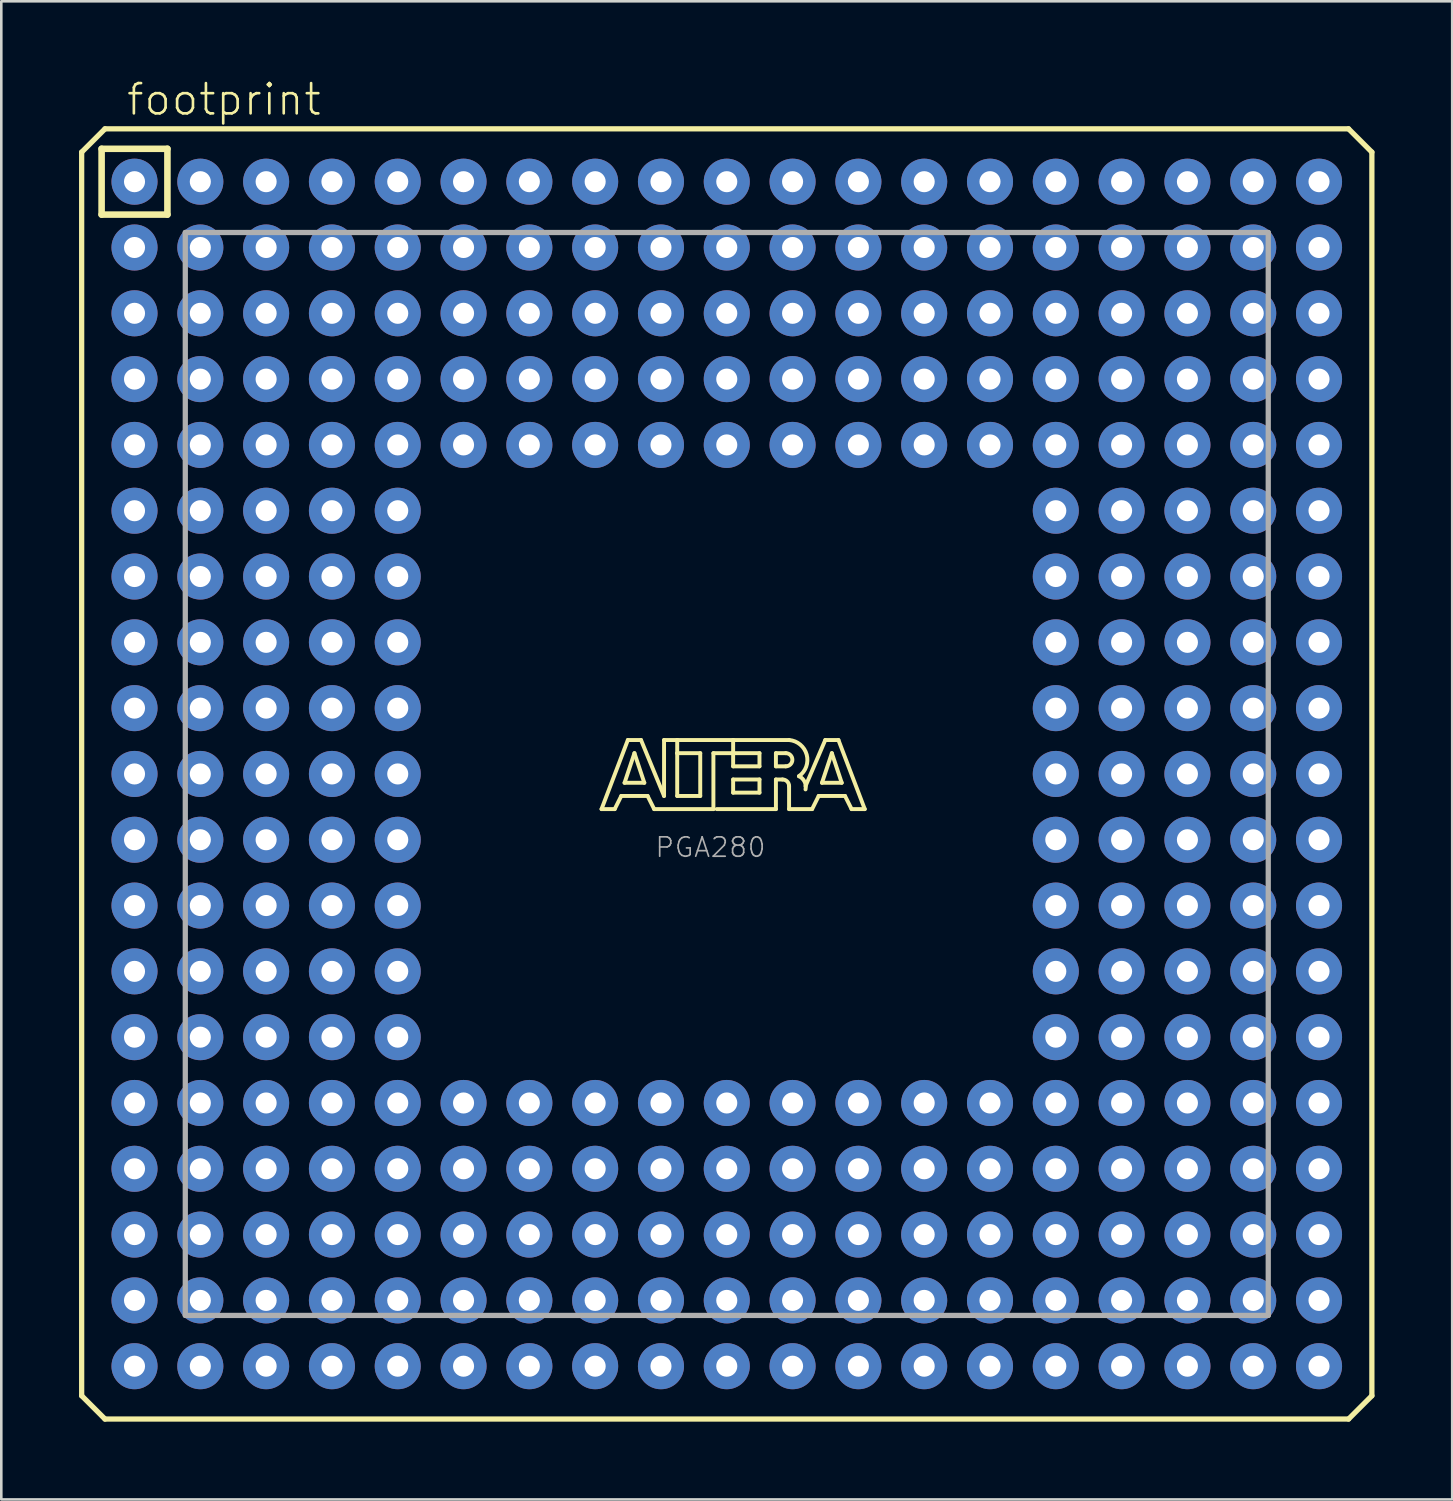
<source format=kicad_pcb>
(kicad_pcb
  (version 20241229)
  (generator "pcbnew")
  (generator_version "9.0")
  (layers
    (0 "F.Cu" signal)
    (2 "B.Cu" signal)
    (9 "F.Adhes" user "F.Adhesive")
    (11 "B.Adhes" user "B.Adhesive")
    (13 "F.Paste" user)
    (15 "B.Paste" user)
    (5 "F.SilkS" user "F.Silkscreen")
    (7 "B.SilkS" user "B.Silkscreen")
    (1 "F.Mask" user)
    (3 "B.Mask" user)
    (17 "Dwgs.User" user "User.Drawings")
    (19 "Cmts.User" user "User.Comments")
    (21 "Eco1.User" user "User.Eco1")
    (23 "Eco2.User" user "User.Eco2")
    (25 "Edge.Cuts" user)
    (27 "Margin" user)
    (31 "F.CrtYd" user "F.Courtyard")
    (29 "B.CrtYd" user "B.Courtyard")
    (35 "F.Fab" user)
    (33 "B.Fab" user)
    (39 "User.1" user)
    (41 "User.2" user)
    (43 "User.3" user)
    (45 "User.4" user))
  (footprint "footprint"
    (layer "F.Cu")
    (at 25.002 26.823)
    (property "Reference" "footprint" (at -23.23 -25.35 0) (layer "F.SilkS") (effects (font (size 1.168 1.168) (thickness 0.102)) (justify left bottom)))
    (fp_line (start -24.9 -24) (end -24 -24.9) (stroke (width 0.203) (type solid)) (layer "F.SilkS"))
    (fp_line (start -24.9 24) (end -24.9 -24) (stroke (width 0.203) (type solid)) (layer "F.SilkS"))
    (fp_line (start -24.13 -24.13) (end -24.13 -21.59) (stroke (width 0.254) (type solid)) (layer "F.SilkS"))
    (fp_line (start -24.13 -21.59) (end -21.59 -21.59) (stroke (width 0.254) (type solid)) (layer "F.SilkS"))
    (fp_line (start -24 -24.9) (end 24 -24.9) (stroke (width 0.203) (type solid)) (layer "F.SilkS"))
    (fp_line (start -24 24.9) (end -24.9 24) (stroke (width 0.203) (type solid)) (layer "F.SilkS"))
    (fp_line (start -21.59 -24.13) (end -24.13 -24.13) (stroke (width 0.254) (type solid)) (layer "F.SilkS"))
    (fp_line (start -21.59 -21.59) (end -21.59 -24.13) (stroke (width 0.254) (type solid)) (layer "F.SilkS"))
    (fp_line (start -4.834 1.357) (end -3.818 -1.31) (stroke (width 0.152) (type solid)) (layer "F.SilkS"))
    (fp_line (start -4.326 1.357) (end -4.834 1.357) (stroke (width 0.152) (type solid)) (layer "F.SilkS"))
    (fp_line (start -4.072 0.849) (end -4.326 1.357) (stroke (width 0.152) (type solid)) (layer "F.SilkS"))
    (fp_line (start -3.945 0.341) (end -3.183 0.341) (stroke (width 0.152) (type solid)) (layer "F.SilkS"))
    (fp_line (start -3.818 -1.31) (end -3.31 -1.31) (stroke (width 0.152) (type solid)) (layer "F.SilkS"))
    (fp_line (start -3.564 -0.802) (end -3.945 0.341) (stroke (width 0.152) (type solid)) (layer "F.SilkS"))
    (fp_line (start -3.31 -1.31) (end -2.421 0.849) (stroke (width 0.152) (type solid)) (layer "F.SilkS"))
    (fp_line (start -3.183 0.341) (end -3.564 -0.802) (stroke (width 0.152) (type solid)) (layer "F.SilkS"))
    (fp_line (start -3.056 0.849) (end -4.072 0.849) (stroke (width 0.152) (type solid)) (layer "F.SilkS"))
    (fp_line (start -2.802 1.357) (end -3.056 0.849) (stroke (width 0.152) (type solid)) (layer "F.SilkS"))
    (fp_line (start -2.421 -1.31) (end -1.913 -1.31) (stroke (width 0.152) (type solid)) (layer "F.SilkS"))
    (fp_line (start -2.421 0.849) (end -2.421 -1.31) (stroke (width 0.152) (type solid)) (layer "F.SilkS"))
    (fp_line (start -1.913 -1.31) (end -1.913 -0.802) (stroke (width 0.152) (type solid)) (layer "F.SilkS"))
    (fp_line (start -1.913 -1.31) (end 0.246 -1.31) (stroke (width 0.152) (type solid)) (layer "F.SilkS"))
    (fp_line (start -1.913 -0.802) (end -1.913 0.849) (stroke (width 0.152) (type solid)) (layer "F.SilkS"))
    (fp_line (start -1.913 0.849) (end -1.024 0.849) (stroke (width 0.152) (type solid)) (layer "F.SilkS"))
    (fp_line (start -1.024 -0.802) (end -1.913 -0.802) (stroke (width 0.152) (type solid)) (layer "F.SilkS"))
    (fp_line (start -1.024 0.849) (end -1.024 -0.802) (stroke (width 0.152) (type solid)) (layer "F.SilkS"))
    (fp_line (start -0.516 -0.802) (end -0.516 1.357) (stroke (width 0.152) (type solid)) (layer "F.SilkS"))
    (fp_line (start -0.516 1.357) (end -2.802 1.357) (stroke (width 0.152) (type solid)) (layer "F.SilkS"))
    (fp_line (start 0.246 -1.31) (end 0.246 -0.802) (stroke (width 0.152) (type solid)) (layer "F.SilkS"))
    (fp_line (start 0.246 -1.31) (end 2.405 -1.31) (stroke (width 0.152) (type solid)) (layer "F.SilkS"))
    (fp_line (start 0.246 -0.802) (end -0.516 -0.802) (stroke (width 0.152) (type solid)) (layer "F.SilkS"))
    (fp_line (start 0.246 -0.802) (end 0.246 -0.294) (stroke (width 0.152) (type solid)) (layer "F.SilkS"))
    (fp_line (start 0.246 -0.294) (end 1.262 -0.294) (stroke (width 0.152) (type solid)) (layer "F.SilkS"))
    (fp_line (start 0.246 0.214) (end 1.262 0.214) (stroke (width 0.152) (type solid)) (layer "F.SilkS"))
    (fp_line (start 0.246 0.722) (end 0.246 0.214) (stroke (width 0.152) (type solid)) (layer "F.SilkS"))
    (fp_line (start 1.262 -0.802) (end 0.246 -0.802) (stroke (width 0.152) (type solid)) (layer "F.SilkS"))
    (fp_line (start 1.262 -0.294) (end 1.262 -0.802) (stroke (width 0.152) (type solid)) (layer "F.SilkS"))
    (fp_line (start 1.262 0.214) (end 1.262 0.722) (stroke (width 0.152) (type solid)) (layer "F.SilkS"))
    (fp_line (start 1.262 0.722) (end 0.246 0.722) (stroke (width 0.152) (type solid)) (layer "F.SilkS"))
    (fp_line (start 1.897 -0.802) (end 1.897 -0.294) (stroke (width 0.152) (type solid)) (layer "F.SilkS"))
    (fp_line (start 1.897 -0.294) (end 2.278 -0.294) (stroke (width 0.152) (type solid)) (layer "F.SilkS"))
    (fp_line (start 1.897 0.214) (end 1.897 1.357) (stroke (width 0.152) (type solid)) (layer "F.SilkS"))
    (fp_line (start 1.897 0.214) (end 2.151 0.214) (stroke (width 0.152) (type solid)) (layer "F.SilkS"))
    (fp_line (start 1.897 1.357) (end -0.389 1.357) (stroke (width 0.152) (type solid)) (layer "F.SilkS"))
    (fp_line (start 2.278 -0.802) (end 1.897 -0.802) (stroke (width 0.152) (type solid)) (layer "F.SilkS"))
    (fp_line (start 2.405 0.468) (end 2.405 1.357) (stroke (width 0.152) (type solid)) (layer "F.SilkS"))
    (fp_line (start 2.405 1.357) (end 3.294 1.357) (stroke (width 0.152) (type solid)) (layer "F.SilkS"))
    (fp_line (start 3.294 1.357) (end 3.548 0.849) (stroke (width 0.152) (type solid)) (layer "F.SilkS"))
    (fp_line (start 3.548 0.849) (end 4.564 0.849) (stroke (width 0.152) (type solid)) (layer "F.SilkS"))
    (fp_line (start 3.675 0.341) (end 4.056 -0.802) (stroke (width 0.152) (type solid)) (layer "F.SilkS"))
    (fp_line (start 3.802 -1.31) (end 3.04 0.468) (stroke (width 0.152) (type solid)) (layer "F.SilkS"))
    (fp_line (start 4.056 -0.802) (end 4.437 0.341) (stroke (width 0.152) (type solid)) (layer "F.SilkS"))
    (fp_line (start 4.31 -1.31) (end 3.802 -1.31) (stroke (width 0.152) (type solid)) (layer "F.SilkS"))
    (fp_line (start 4.437 0.341) (end 3.675 0.341) (stroke (width 0.152) (type solid)) (layer "F.SilkS"))
    (fp_line (start 4.564 0.849) (end 4.818 1.357) (stroke (width 0.152) (type solid)) (layer "F.SilkS"))
    (fp_line (start 4.818 1.357) (end 5.326 1.357) (stroke (width 0.152) (type solid)) (layer "F.SilkS"))
    (fp_line (start 5.326 1.357) (end 4.31 -1.31) (stroke (width 0.152) (type solid)) (layer "F.SilkS"))
    (fp_line (start 24 -24.9) (end 24.9 -24) (stroke (width 0.203) (type solid)) (layer "F.SilkS"))
    (fp_line (start 24 24.9) (end -24 24.9) (stroke (width 0.203) (type solid)) (layer "F.SilkS"))
    (fp_line (start 24.9 -24) (end 24.9 24) (stroke (width 0.203) (type solid)) (layer "F.SilkS"))
    (fp_line (start 24.9 24) (end 24 24.9) (stroke (width 0.203) (type solid)) (layer "F.SilkS"))
    (fp_arc (start 2.151 0.214) (mid 2.330605 0.288395) (end 2.405 0.468) (stroke (width 0.1524) (type solid)) (layer "F.SilkS"))
    (fp_arc (start 2.278 -0.802) (mid 2.532 -0.548) (end 2.278 -0.294) (stroke (width 0.1524) (type solid)) (layer "F.SilkS"))
    (fp_arc (start 2.405 -1.31) (mid 3.084953 -0.744769) (end 2.786098 0.087401) (stroke (width 0.1524) (type solid)) (layer "F.SilkS"))
    (fp_arc (start 2.7861 0.0871) (mid 3.002081 0.296587) (end 3.039799 0.5951) (stroke (width 0.1524) (type solid)) (layer "F.SilkS"))
    (fp_line (start -20.9 -20.9) (end 20.9 -20.9) (stroke (width 0.203) (type solid)) (layer "F.Fab"))
    (fp_line (start -20.9 20.9) (end -20.9 -20.9) (stroke (width 0.203) (type solid)) (layer "F.Fab"))
    (fp_line (start 20.9 -20.9) (end 20.9 20.9) (stroke (width 0.203) (type solid)) (layer "F.Fab"))
    (fp_line (start 20.9 20.9) (end -20.9 20.9) (stroke (width 0.203) (type solid)) (layer "F.Fab"))
    (fp_text user "PGA280" (at -2.81 3.27 0) (layer "F.Fab") (effects (font (size 0.748 0.748) (thickness 0.065)) (justify left bottom)))
    (pad "A1" thru_hole circle (at -22.86 -22.86) (size 1.778 1.778) (drill 0.813) (layers "*.Cu" "*.Mask"))
    (pad "A2" thru_hole circle (at -20.32 -22.86) (size 1.778 1.778) (drill 0.813) (layers "*.Cu" "*.Mask"))
    (pad "A3" thru_hole circle (at -17.78 -22.86) (size 1.778 1.778) (drill 0.813) (layers "*.Cu" "*.Mask"))
    (pad "A4" thru_hole circle (at -15.24 -22.86) (size 1.778 1.778) (drill 0.813) (layers "*.Cu" "*.Mask"))
    (pad "A5" thru_hole circle (at -12.7 -22.86) (size 1.778 1.778) (drill 0.813) (layers "*.Cu" "*.Mask"))
    (pad "A6" thru_hole circle (at -10.16 -22.86) (size 1.778 1.778) (drill 0.813) (layers "*.Cu" "*.Mask"))
    (pad "A7" thru_hole circle (at -7.62 -22.86) (size 1.778 1.778) (drill 0.813) (layers "*.Cu" "*.Mask"))
    (pad "A8" thru_hole circle (at -5.08 -22.86) (size 1.778 1.778) (drill 0.813) (layers "*.Cu" "*.Mask"))
    (pad "A9" thru_hole circle (at -2.54 -22.86) (size 1.778 1.778) (drill 0.813) (layers "*.Cu" "*.Mask"))
    (pad "A10" thru_hole circle (at 0 -22.86) (size 1.778 1.778) (drill 0.813) (layers "*.Cu" "*.Mask"))
    (pad "A11" thru_hole circle (at 2.54 -22.86) (size 1.778 1.778) (drill 0.813) (layers "*.Cu" "*.Mask"))
    (pad "A12" thru_hole circle (at 5.08 -22.86) (size 1.778 1.778) (drill 0.813) (layers "*.Cu" "*.Mask"))
    (pad "A13" thru_hole circle (at 7.62 -22.86) (size 1.778 1.778) (drill 0.813) (layers "*.Cu" "*.Mask"))
    (pad "A14" thru_hole circle (at 10.16 -22.86) (size 1.778 1.778) (drill 0.813) (layers "*.Cu" "*.Mask"))
    (pad "A15" thru_hole circle (at 12.7 -22.86) (size 1.778 1.778) (drill 0.813) (layers "*.Cu" "*.Mask"))
    (pad "A16" thru_hole circle (at 15.24 -22.86) (size 1.778 1.778) (drill 0.813) (layers "*.Cu" "*.Mask"))
    (pad "A17" thru_hole circle (at 17.78 -22.86) (size 1.778 1.778) (drill 0.813) (layers "*.Cu" "*.Mask"))
    (pad "A18" thru_hole circle (at 20.32 -22.86) (size 1.778 1.778) (drill 0.813) (layers "*.Cu" "*.Mask"))
    (pad "A19" thru_hole circle (at 22.86 -22.86) (size 1.778 1.778) (drill 0.813) (layers "*.Cu" "*.Mask"))
    (pad "B1" thru_hole circle (at -22.86 -20.32) (size 1.778 1.778) (drill 0.813) (layers "*.Cu" "*.Mask"))
    (pad "B2" thru_hole circle (at -20.32 -20.32) (size 1.778 1.778) (drill 0.813) (layers "*.Cu" "*.Mask"))
    (pad "B3" thru_hole circle (at -17.78 -20.32) (size 1.778 1.778) (drill 0.813) (layers "*.Cu" "*.Mask"))
    (pad "B4" thru_hole circle (at -15.24 -20.32) (size 1.778 1.778) (drill 0.813) (layers "*.Cu" "*.Mask"))
    (pad "B5" thru_hole circle (at -12.7 -20.32) (size 1.778 1.778) (drill 0.813) (layers "*.Cu" "*.Mask"))
    (pad "B6" thru_hole circle (at -10.16 -20.32) (size 1.778 1.778) (drill 0.813) (layers "*.Cu" "*.Mask"))
    (pad "B7" thru_hole circle (at -7.62 -20.32) (size 1.778 1.778) (drill 0.813) (layers "*.Cu" "*.Mask"))
    (pad "B8" thru_hole circle (at -5.08 -20.32) (size 1.778 1.778) (drill 0.813) (layers "*.Cu" "*.Mask"))
    (pad "B9" thru_hole circle (at -2.54 -20.32) (size 1.778 1.778) (drill 0.813) (layers "*.Cu" "*.Mask"))
    (pad "B10" thru_hole circle (at 0 -20.32) (size 1.778 1.778) (drill 0.813) (layers "*.Cu" "*.Mask"))
    (pad "B11" thru_hole circle (at 2.54 -20.32) (size 1.778 1.778) (drill 0.813) (layers "*.Cu" "*.Mask"))
    (pad "B12" thru_hole circle (at 5.08 -20.32) (size 1.778 1.778) (drill 0.813) (layers "*.Cu" "*.Mask"))
    (pad "B13" thru_hole circle (at 7.62 -20.32) (size 1.778 1.778) (drill 0.813) (layers "*.Cu" "*.Mask"))
    (pad "B14" thru_hole circle (at 10.16 -20.32) (size 1.778 1.778) (drill 0.813) (layers "*.Cu" "*.Mask"))
    (pad "B15" thru_hole circle (at 12.7 -20.32) (size 1.778 1.778) (drill 0.813) (layers "*.Cu" "*.Mask"))
    (pad "B16" thru_hole circle (at 15.24 -20.32) (size 1.778 1.778) (drill 0.813) (layers "*.Cu" "*.Mask"))
    (pad "B17" thru_hole circle (at 17.78 -20.32) (size 1.778 1.778) (drill 0.813) (layers "*.Cu" "*.Mask"))
    (pad "B18" thru_hole circle (at 20.32 -20.32) (size 1.778 1.778) (drill 0.813) (layers "*.Cu" "*.Mask"))
    (pad "B19" thru_hole circle (at 22.86 -20.32) (size 1.778 1.778) (drill 0.813) (layers "*.Cu" "*.Mask"))
    (pad "C1" thru_hole circle (at -22.86 -17.78) (size 1.778 1.778) (drill 0.813) (layers "*.Cu" "*.Mask"))
    (pad "C2" thru_hole circle (at -20.32 -17.78) (size 1.778 1.778) (drill 0.813) (layers "*.Cu" "*.Mask"))
    (pad "C3" thru_hole circle (at -17.78 -17.78) (size 1.778 1.778) (drill 0.813) (layers "*.Cu" "*.Mask"))
    (pad "C4" thru_hole circle (at -15.24 -17.78) (size 1.778 1.778) (drill 0.813) (layers "*.Cu" "*.Mask"))
    (pad "C5" thru_hole circle (at -12.7 -17.78) (size 1.778 1.778) (drill 0.813) (layers "*.Cu" "*.Mask"))
    (pad "C6" thru_hole circle (at -10.16 -17.78) (size 1.778 1.778) (drill 0.813) (layers "*.Cu" "*.Mask"))
    (pad "C7" thru_hole circle (at -7.62 -17.78) (size 1.778 1.778) (drill 0.813) (layers "*.Cu" "*.Mask"))
    (pad "C8" thru_hole circle (at -5.08 -17.78) (size 1.778 1.778) (drill 0.813) (layers "*.Cu" "*.Mask"))
    (pad "C9" thru_hole circle (at -2.54 -17.78) (size 1.778 1.778) (drill 0.813) (layers "*.Cu" "*.Mask"))
    (pad "C10" thru_hole circle (at 0 -17.78) (size 1.778 1.778) (drill 0.813) (layers "*.Cu" "*.Mask"))
    (pad "C11" thru_hole circle (at 2.54 -17.78) (size 1.778 1.778) (drill 0.813) (layers "*.Cu" "*.Mask"))
    (pad "C12" thru_hole circle (at 5.08 -17.78) (size 1.778 1.778) (drill 0.813) (layers "*.Cu" "*.Mask"))
    (pad "C13" thru_hole circle (at 7.62 -17.78) (size 1.778 1.778) (drill 0.813) (layers "*.Cu" "*.Mask"))
    (pad "C14" thru_hole circle (at 10.16 -17.78) (size 1.778 1.778) (drill 0.813) (layers "*.Cu" "*.Mask"))
    (pad "C15" thru_hole circle (at 12.7 -17.78) (size 1.778 1.778) (drill 0.813) (layers "*.Cu" "*.Mask"))
    (pad "C16" thru_hole circle (at 15.24 -17.78) (size 1.778 1.778) (drill 0.813) (layers "*.Cu" "*.Mask"))
    (pad "C17" thru_hole circle (at 17.78 -17.78) (size 1.778 1.778) (drill 0.813) (layers "*.Cu" "*.Mask"))
    (pad "C18" thru_hole circle (at 20.32 -17.78) (size 1.778 1.778) (drill 0.813) (layers "*.Cu" "*.Mask"))
    (pad "C19" thru_hole circle (at 22.86 -17.78) (size 1.778 1.778) (drill 0.813) (layers "*.Cu" "*.Mask"))
    (pad "D1" thru_hole circle (at -22.86 -15.24) (size 1.778 1.778) (drill 0.813) (layers "*.Cu" "*.Mask"))
    (pad "D2" thru_hole circle (at -20.32 -15.24) (size 1.778 1.778) (drill 0.813) (layers "*.Cu" "*.Mask"))
    (pad "D3" thru_hole circle (at -17.78 -15.24) (size 1.778 1.778) (drill 0.813) (layers "*.Cu" "*.Mask"))
    (pad "D4" thru_hole circle (at -15.24 -15.24) (size 1.778 1.778) (drill 0.813) (layers "*.Cu" "*.Mask"))
    (pad "D5" thru_hole circle (at -12.7 -15.24) (size 1.778 1.778) (drill 0.813) (layers "*.Cu" "*.Mask"))
    (pad "D6" thru_hole circle (at -10.16 -15.24) (size 1.778 1.778) (drill 0.813) (layers "*.Cu" "*.Mask"))
    (pad "D7" thru_hole circle (at -7.62 -15.24) (size 1.778 1.778) (drill 0.813) (layers "*.Cu" "*.Mask"))
    (pad "D8" thru_hole circle (at -5.08 -15.24) (size 1.778 1.778) (drill 0.813) (layers "*.Cu" "*.Mask"))
    (pad "D9" thru_hole circle (at -2.54 -15.24) (size 1.778 1.778) (drill 0.813) (layers "*.Cu" "*.Mask"))
    (pad "D10" thru_hole circle (at 0 -15.24) (size 1.778 1.778) (drill 0.813) (layers "*.Cu" "*.Mask"))
    (pad "D11" thru_hole circle (at 2.54 -15.24) (size 1.778 1.778) (drill 0.813) (layers "*.Cu" "*.Mask"))
    (pad "D12" thru_hole circle (at 5.08 -15.24) (size 1.778 1.778) (drill 0.813) (layers "*.Cu" "*.Mask"))
    (pad "D13" thru_hole circle (at 7.62 -15.24) (size 1.778 1.778) (drill 0.813) (layers "*.Cu" "*.Mask"))
    (pad "D14" thru_hole circle (at 10.16 -15.24) (size 1.778 1.778) (drill 0.813) (layers "*.Cu" "*.Mask"))
    (pad "D15" thru_hole circle (at 12.7 -15.24) (size 1.778 1.778) (drill 0.813) (layers "*.Cu" "*.Mask"))
    (pad "D16" thru_hole circle (at 15.24 -15.24) (size 1.778 1.778) (drill 0.813) (layers "*.Cu" "*.Mask"))
    (pad "D17" thru_hole circle (at 17.78 -15.24) (size 1.778 1.778) (drill 0.813) (layers "*.Cu" "*.Mask"))
    (pad "D18" thru_hole circle (at 20.32 -15.24) (size 1.778 1.778) (drill 0.813) (layers "*.Cu" "*.Mask"))
    (pad "D19" thru_hole circle (at 22.86 -15.24) (size 1.778 1.778) (drill 0.813) (layers "*.Cu" "*.Mask"))
    (pad "E1" thru_hole circle (at -22.86 -12.7) (size 1.778 1.778) (drill 0.813) (layers "*.Cu" "*.Mask"))
    (pad "E2" thru_hole circle (at -20.32 -12.7) (size 1.778 1.778) (drill 0.813) (layers "*.Cu" "*.Mask"))
    (pad "E3" thru_hole circle (at -17.78 -12.7) (size 1.778 1.778) (drill 0.813) (layers "*.Cu" "*.Mask"))
    (pad "E4" thru_hole circle (at -15.24 -12.7) (size 1.778 1.778) (drill 0.813) (layers "*.Cu" "*.Mask"))
    (pad "E5" thru_hole circle (at -12.7 -12.7) (size 1.778 1.778) (drill 0.813) (layers "*.Cu" "*.Mask"))
    (pad "E6" thru_hole circle (at -10.16 -12.7) (size 1.778 1.778) (drill 0.813) (layers "*.Cu" "*.Mask"))
    (pad "E7" thru_hole circle (at -7.62 -12.7) (size 1.778 1.778) (drill 0.813) (layers "*.Cu" "*.Mask"))
    (pad "E8" thru_hole circle (at -5.08 -12.7) (size 1.778 1.778) (drill 0.813) (layers "*.Cu" "*.Mask"))
    (pad "E9" thru_hole circle (at -2.54 -12.7) (size 1.778 1.778) (drill 0.813) (layers "*.Cu" "*.Mask"))
    (pad "E10" thru_hole circle (at 0 -12.7) (size 1.778 1.778) (drill 0.813) (layers "*.Cu" "*.Mask"))
    (pad "E11" thru_hole circle (at 2.54 -12.7) (size 1.778 1.778) (drill 0.813) (layers "*.Cu" "*.Mask"))
    (pad "E12" thru_hole circle (at 5.08 -12.7) (size 1.778 1.778) (drill 0.813) (layers "*.Cu" "*.Mask"))
    (pad "E13" thru_hole circle (at 7.62 -12.7) (size 1.778 1.778) (drill 0.813) (layers "*.Cu" "*.Mask"))
    (pad "E14" thru_hole circle (at 10.16 -12.7) (size 1.778 1.778) (drill 0.813) (layers "*.Cu" "*.Mask"))
    (pad "E15" thru_hole circle (at 12.7 -12.7) (size 1.778 1.778) (drill 0.813) (layers "*.Cu" "*.Mask"))
    (pad "E16" thru_hole circle (at 15.24 -12.7) (size 1.778 1.778) (drill 0.813) (layers "*.Cu" "*.Mask"))
    (pad "E17" thru_hole circle (at 17.78 -12.7) (size 1.778 1.778) (drill 0.813) (layers "*.Cu" "*.Mask"))
    (pad "E18" thru_hole circle (at 20.32 -12.7) (size 1.778 1.778) (drill 0.813) (layers "*.Cu" "*.Mask"))
    (pad "E19" thru_hole circle (at 22.86 -12.7) (size 1.778 1.778) (drill 0.813) (layers "*.Cu" "*.Mask"))
    (pad "F1" thru_hole circle (at -22.86 -10.16) (size 1.778 1.778) (drill 0.813) (layers "*.Cu" "*.Mask"))
    (pad "F2" thru_hole circle (at -20.32 -10.16) (size 1.778 1.778) (drill 0.813) (layers "*.Cu" "*.Mask"))
    (pad "F3" thru_hole circle (at -17.78 -10.16) (size 1.778 1.778) (drill 0.813) (layers "*.Cu" "*.Mask"))
    (pad "F4" thru_hole circle (at -15.24 -10.16) (size 1.778 1.778) (drill 0.813) (layers "*.Cu" "*.Mask"))
    (pad "F5" thru_hole circle (at -12.7 -10.16) (size 1.778 1.778) (drill 0.813) (layers "*.Cu" "*.Mask"))
    (pad "F15" thru_hole circle (at 12.7 -10.16) (size 1.778 1.778) (drill 0.813) (layers "*.Cu" "*.Mask"))
    (pad "F16" thru_hole circle (at 15.24 -10.16) (size 1.778 1.778) (drill 0.813) (layers "*.Cu" "*.Mask"))
    (pad "F17" thru_hole circle (at 17.78 -10.16) (size 1.778 1.778) (drill 0.813) (layers "*.Cu" "*.Mask"))
    (pad "F18" thru_hole circle (at 20.32 -10.16) (size 1.778 1.778) (drill 0.813) (layers "*.Cu" "*.Mask"))
    (pad "F19" thru_hole circle (at 22.86 -10.16) (size 1.778 1.778) (drill 0.813) (layers "*.Cu" "*.Mask"))
    (pad "G1" thru_hole circle (at -22.86 -7.62) (size 1.778 1.778) (drill 0.813) (layers "*.Cu" "*.Mask"))
    (pad "G2" thru_hole circle (at -20.32 -7.62) (size 1.778 1.778) (drill 0.813) (layers "*.Cu" "*.Mask"))
    (pad "G3" thru_hole circle (at -17.78 -7.62) (size 1.778 1.778) (drill 0.813) (layers "*.Cu" "*.Mask"))
    (pad "G4" thru_hole circle (at -15.24 -7.62) (size 1.778 1.778) (drill 0.813) (layers "*.Cu" "*.Mask"))
    (pad "G5" thru_hole circle (at -12.7 -7.62) (size 1.778 1.778) (drill 0.813) (layers "*.Cu" "*.Mask"))
    (pad "G15" thru_hole circle (at 12.7 -7.62) (size 1.778 1.778) (drill 0.813) (layers "*.Cu" "*.Mask"))
    (pad "G16" thru_hole circle (at 15.24 -7.62) (size 1.778 1.778) (drill 0.813) (layers "*.Cu" "*.Mask"))
    (pad "G17" thru_hole circle (at 17.78 -7.62) (size 1.778 1.778) (drill 0.813) (layers "*.Cu" "*.Mask"))
    (pad "G18" thru_hole circle (at 20.32 -7.62) (size 1.778 1.778) (drill 0.813) (layers "*.Cu" "*.Mask"))
    (pad "G19" thru_hole circle (at 22.86 -7.62) (size 1.778 1.778) (drill 0.813) (layers "*.Cu" "*.Mask"))
    (pad "H1" thru_hole circle (at -22.86 -5.08) (size 1.778 1.778) (drill 0.813) (layers "*.Cu" "*.Mask"))
    (pad "H2" thru_hole circle (at -20.32 -5.08) (size 1.778 1.778) (drill 0.813) (layers "*.Cu" "*.Mask"))
    (pad "H3" thru_hole circle (at -17.78 -5.08) (size 1.778 1.778) (drill 0.813) (layers "*.Cu" "*.Mask"))
    (pad "H4" thru_hole circle (at -15.24 -5.08) (size 1.778 1.778) (drill 0.813) (layers "*.Cu" "*.Mask"))
    (pad "H5" thru_hole circle (at -12.7 -5.08) (size 1.778 1.778) (drill 0.813) (layers "*.Cu" "*.Mask"))
    (pad "H15" thru_hole circle (at 12.7 -5.08) (size 1.778 1.778) (drill 0.813) (layers "*.Cu" "*.Mask"))
    (pad "H16" thru_hole circle (at 15.24 -5.08) (size 1.778 1.778) (drill 0.813) (layers "*.Cu" "*.Mask"))
    (pad "H17" thru_hole circle (at 17.78 -5.08) (size 1.778 1.778) (drill 0.813) (layers "*.Cu" "*.Mask"))
    (pad "H18" thru_hole circle (at 20.32 -5.08) (size 1.778 1.778) (drill 0.813) (layers "*.Cu" "*.Mask"))
    (pad "H19" thru_hole circle (at 22.86 -5.08) (size 1.778 1.778) (drill 0.813) (layers "*.Cu" "*.Mask"))
    (pad "J1" thru_hole circle (at -22.86 -2.54) (size 1.778 1.778) (drill 0.813) (layers "*.Cu" "*.Mask"))
    (pad "J2" thru_hole circle (at -20.32 -2.54) (size 1.778 1.778) (drill 0.813) (layers "*.Cu" "*.Mask"))
    (pad "J3" thru_hole circle (at -17.78 -2.54) (size 1.778 1.778) (drill 0.813) (layers "*.Cu" "*.Mask"))
    (pad "J4" thru_hole circle (at -15.24 -2.54) (size 1.778 1.778) (drill 0.813) (layers "*.Cu" "*.Mask"))
    (pad "J5" thru_hole circle (at -12.7 -2.54) (size 1.778 1.778) (drill 0.813) (layers "*.Cu" "*.Mask"))
    (pad "J15" thru_hole circle (at 12.7 -2.54) (size 1.778 1.778) (drill 0.813) (layers "*.Cu" "*.Mask"))
    (pad "J16" thru_hole circle (at 15.24 -2.54) (size 1.778 1.778) (drill 0.813) (layers "*.Cu" "*.Mask"))
    (pad "J17" thru_hole circle (at 17.78 -2.54) (size 1.778 1.778) (drill 0.813) (layers "*.Cu" "*.Mask"))
    (pad "J18" thru_hole circle (at 20.32 -2.54) (size 1.778 1.778) (drill 0.813) (layers "*.Cu" "*.Mask"))
    (pad "J19" thru_hole circle (at 22.86 -2.54) (size 1.778 1.778) (drill 0.813) (layers "*.Cu" "*.Mask"))
    (pad "K1" thru_hole circle (at -22.86 0) (size 1.778 1.778) (drill 0.813) (layers "*.Cu" "*.Mask"))
    (pad "K2" thru_hole circle (at -20.32 0) (size 1.778 1.778) (drill 0.813) (layers "*.Cu" "*.Mask"))
    (pad "K3" thru_hole circle (at -17.78 0) (size 1.778 1.778) (drill 0.813) (layers "*.Cu" "*.Mask"))
    (pad "K4" thru_hole circle (at -15.24 0) (size 1.778 1.778) (drill 0.813) (layers "*.Cu" "*.Mask"))
    (pad "K5" thru_hole circle (at -12.7 0) (size 1.778 1.778) (drill 0.813) (layers "*.Cu" "*.Mask"))
    (pad "K15" thru_hole circle (at 12.7 0) (size 1.778 1.778) (drill 0.813) (layers "*.Cu" "*.Mask"))
    (pad "K16" thru_hole circle (at 15.24 0) (size 1.778 1.778) (drill 0.813) (layers "*.Cu" "*.Mask"))
    (pad "K17" thru_hole circle (at 17.78 0) (size 1.778 1.778) (drill 0.813) (layers "*.Cu" "*.Mask"))
    (pad "K18" thru_hole circle (at 20.32 0) (size 1.778 1.778) (drill 0.813) (layers "*.Cu" "*.Mask"))
    (pad "K19" thru_hole circle (at 22.86 0) (size 1.778 1.778) (drill 0.813) (layers "*.Cu" "*.Mask"))
    (pad "L1" thru_hole circle (at -22.86 2.54) (size 1.778 1.778) (drill 0.813) (layers "*.Cu" "*.Mask"))
    (pad "L2" thru_hole circle (at -20.32 2.54) (size 1.778 1.778) (drill 0.813) (layers "*.Cu" "*.Mask"))
    (pad "L3" thru_hole circle (at -17.78 2.54) (size 1.778 1.778) (drill 0.813) (layers "*.Cu" "*.Mask"))
    (pad "L4" thru_hole circle (at -15.24 2.54) (size 1.778 1.778) (drill 0.813) (layers "*.Cu" "*.Mask"))
    (pad "L5" thru_hole circle (at -12.7 2.54) (size 1.778 1.778) (drill 0.813) (layers "*.Cu" "*.Mask"))
    (pad "L15" thru_hole circle (at 12.7 2.54) (size 1.778 1.778) (drill 0.813) (layers "*.Cu" "*.Mask"))
    (pad "L16" thru_hole circle (at 15.24 2.54) (size 1.778 1.778) (drill 0.813) (layers "*.Cu" "*.Mask"))
    (pad "L17" thru_hole circle (at 17.78 2.54) (size 1.778 1.778) (drill 0.813) (layers "*.Cu" "*.Mask"))
    (pad "L18" thru_hole circle (at 20.32 2.54) (size 1.778 1.778) (drill 0.813) (layers "*.Cu" "*.Mask"))
    (pad "L19" thru_hole circle (at 22.86 2.54) (size 1.778 1.778) (drill 0.813) (layers "*.Cu" "*.Mask"))
    (pad "M1" thru_hole circle (at -22.86 5.08) (size 1.778 1.778) (drill 0.813) (layers "*.Cu" "*.Mask"))
    (pad "M2" thru_hole circle (at -20.32 5.08) (size 1.778 1.778) (drill 0.813) (layers "*.Cu" "*.Mask"))
    (pad "M3" thru_hole circle (at -17.78 5.08) (size 1.778 1.778) (drill 0.813) (layers "*.Cu" "*.Mask"))
    (pad "M4" thru_hole circle (at -15.24 5.08) (size 1.778 1.778) (drill 0.813) (layers "*.Cu" "*.Mask"))
    (pad "M5" thru_hole circle (at -12.7 5.08) (size 1.778 1.778) (drill 0.813) (layers "*.Cu" "*.Mask"))
    (pad "M15" thru_hole circle (at 12.7 5.08) (size 1.778 1.778) (drill 0.813) (layers "*.Cu" "*.Mask"))
    (pad "M16" thru_hole circle (at 15.24 5.08) (size 1.778 1.778) (drill 0.813) (layers "*.Cu" "*.Mask"))
    (pad "M17" thru_hole circle (at 17.78 5.08) (size 1.778 1.778) (drill 0.813) (layers "*.Cu" "*.Mask"))
    (pad "M18" thru_hole circle (at 20.32 5.08) (size 1.778 1.778) (drill 0.813) (layers "*.Cu" "*.Mask"))
    (pad "M19" thru_hole circle (at 22.86 5.08) (size 1.778 1.778) (drill 0.813) (layers "*.Cu" "*.Mask"))
    (pad "N1" thru_hole circle (at -22.86 7.62) (size 1.778 1.778) (drill 0.813) (layers "*.Cu" "*.Mask"))
    (pad "N2" thru_hole circle (at -20.32 7.62) (size 1.778 1.778) (drill 0.813) (layers "*.Cu" "*.Mask"))
    (pad "N3" thru_hole circle (at -17.78 7.62) (size 1.778 1.778) (drill 0.813) (layers "*.Cu" "*.Mask"))
    (pad "N4" thru_hole circle (at -15.24 7.62) (size 1.778 1.778) (drill 0.813) (layers "*.Cu" "*.Mask"))
    (pad "N5" thru_hole circle (at -12.7 7.62) (size 1.778 1.778) (drill 0.813) (layers "*.Cu" "*.Mask"))
    (pad "N15" thru_hole circle (at 12.7 7.62) (size 1.778 1.778) (drill 0.813) (layers "*.Cu" "*.Mask"))
    (pad "N16" thru_hole circle (at 15.24 7.62) (size 1.778 1.778) (drill 0.813) (layers "*.Cu" "*.Mask"))
    (pad "N17" thru_hole circle (at 17.78 7.62) (size 1.778 1.778) (drill 0.813) (layers "*.Cu" "*.Mask"))
    (pad "N18" thru_hole circle (at 20.32 7.62) (size 1.778 1.778) (drill 0.813) (layers "*.Cu" "*.Mask"))
    (pad "N19" thru_hole circle (at 22.86 7.62) (size 1.778 1.778) (drill 0.813) (layers "*.Cu" "*.Mask"))
    (pad "P1" thru_hole circle (at -22.86 10.16) (size 1.778 1.778) (drill 0.813) (layers "*.Cu" "*.Mask"))
    (pad "P2" thru_hole circle (at -20.32 10.16) (size 1.778 1.778) (drill 0.813) (layers "*.Cu" "*.Mask"))
    (pad "P3" thru_hole circle (at -17.78 10.16) (size 1.778 1.778) (drill 0.813) (layers "*.Cu" "*.Mask"))
    (pad "P4" thru_hole circle (at -15.24 10.16) (size 1.778 1.778) (drill 0.813) (layers "*.Cu" "*.Mask"))
    (pad "P5" thru_hole circle (at -12.7 10.16) (size 1.778 1.778) (drill 0.813) (layers "*.Cu" "*.Mask"))
    (pad "P15" thru_hole circle (at 12.7 10.16) (size 1.778 1.778) (drill 0.813) (layers "*.Cu" "*.Mask"))
    (pad "P16" thru_hole circle (at 15.24 10.16) (size 1.778 1.778) (drill 0.813) (layers "*.Cu" "*.Mask"))
    (pad "P17" thru_hole circle (at 17.78 10.16) (size 1.778 1.778) (drill 0.813) (layers "*.Cu" "*.Mask"))
    (pad "P18" thru_hole circle (at 20.32 10.16) (size 1.778 1.778) (drill 0.813) (layers "*.Cu" "*.Mask"))
    (pad "P19" thru_hole circle (at 22.86 10.16) (size 1.778 1.778) (drill 0.813) (layers "*.Cu" "*.Mask"))
    (pad "R1" thru_hole circle (at -22.86 12.7) (size 1.778 1.778) (drill 0.813) (layers "*.Cu" "*.Mask"))
    (pad "R2" thru_hole circle (at -20.32 12.7) (size 1.778 1.778) (drill 0.813) (layers "*.Cu" "*.Mask"))
    (pad "R3" thru_hole circle (at -17.78 12.7) (size 1.778 1.778) (drill 0.813) (layers "*.Cu" "*.Mask"))
    (pad "R4" thru_hole circle (at -15.24 12.7) (size 1.778 1.778) (drill 0.813) (layers "*.Cu" "*.Mask"))
    (pad "R5" thru_hole circle (at -12.7 12.7) (size 1.778 1.778) (drill 0.813) (layers "*.Cu" "*.Mask"))
    (pad "R6" thru_hole circle (at -10.16 12.7) (size 1.778 1.778) (drill 0.813) (layers "*.Cu" "*.Mask"))
    (pad "R7" thru_hole circle (at -7.62 12.7) (size 1.778 1.778) (drill 0.813) (layers "*.Cu" "*.Mask"))
    (pad "R8" thru_hole circle (at -5.08 12.7) (size 1.778 1.778) (drill 0.813) (layers "*.Cu" "*.Mask"))
    (pad "R9" thru_hole circle (at -2.54 12.7) (size 1.778 1.778) (drill 0.813) (layers "*.Cu" "*.Mask"))
    (pad "R10" thru_hole circle (at 0 12.7) (size 1.778 1.778) (drill 0.813) (layers "*.Cu" "*.Mask"))
    (pad "R11" thru_hole circle (at 2.54 12.7) (size 1.778 1.778) (drill 0.813) (layers "*.Cu" "*.Mask"))
    (pad "R12" thru_hole circle (at 5.08 12.7) (size 1.778 1.778) (drill 0.813) (layers "*.Cu" "*.Mask"))
    (pad "R13" thru_hole circle (at 7.62 12.7) (size 1.778 1.778) (drill 0.813) (layers "*.Cu" "*.Mask"))
    (pad "R14" thru_hole circle (at 10.16 12.7) (size 1.778 1.778) (drill 0.813) (layers "*.Cu" "*.Mask"))
    (pad "R15" thru_hole circle (at 12.7 12.7) (size 1.778 1.778) (drill 0.813) (layers "*.Cu" "*.Mask"))
    (pad "R16" thru_hole circle (at 15.24 12.7) (size 1.778 1.778) (drill 0.813) (layers "*.Cu" "*.Mask"))
    (pad "R17" thru_hole circle (at 17.78 12.7) (size 1.778 1.778) (drill 0.813) (layers "*.Cu" "*.Mask"))
    (pad "R18" thru_hole circle (at 20.32 12.7) (size 1.778 1.778) (drill 0.813) (layers "*.Cu" "*.Mask"))
    (pad "R19" thru_hole circle (at 22.86 12.7) (size 1.778 1.778) (drill 0.813) (layers "*.Cu" "*.Mask"))
    (pad "T1" thru_hole circle (at -22.86 15.24) (size 1.778 1.778) (drill 0.813) (layers "*.Cu" "*.Mask"))
    (pad "T2" thru_hole circle (at -20.32 15.24) (size 1.778 1.778) (drill 0.813) (layers "*.Cu" "*.Mask"))
    (pad "T3" thru_hole circle (at -17.78 15.24) (size 1.778 1.778) (drill 0.813) (layers "*.Cu" "*.Mask"))
    (pad "T4" thru_hole circle (at -15.24 15.24) (size 1.778 1.778) (drill 0.813) (layers "*.Cu" "*.Mask"))
    (pad "T5" thru_hole circle (at -12.7 15.24) (size 1.778 1.778) (drill 0.813) (layers "*.Cu" "*.Mask"))
    (pad "T6" thru_hole circle (at -10.16 15.24) (size 1.778 1.778) (drill 0.813) (layers "*.Cu" "*.Mask"))
    (pad "T7" thru_hole circle (at -7.62 15.24) (size 1.778 1.778) (drill 0.813) (layers "*.Cu" "*.Mask"))
    (pad "T8" thru_hole circle (at -5.08 15.24) (size 1.778 1.778) (drill 0.813) (layers "*.Cu" "*.Mask"))
    (pad "T9" thru_hole circle (at -2.54 15.24) (size 1.778 1.778) (drill 0.813) (layers "*.Cu" "*.Mask"))
    (pad "T10" thru_hole circle (at 0 15.24) (size 1.778 1.778) (drill 0.813) (layers "*.Cu" "*.Mask"))
    (pad "T11" thru_hole circle (at 2.54 15.24) (size 1.778 1.778) (drill 0.813) (layers "*.Cu" "*.Mask"))
    (pad "T12" thru_hole circle (at 5.08 15.24) (size 1.778 1.778) (drill 0.813) (layers "*.Cu" "*.Mask"))
    (pad "T13" thru_hole circle (at 7.62 15.24) (size 1.778 1.778) (drill 0.813) (layers "*.Cu" "*.Mask"))
    (pad "T14" thru_hole circle (at 10.16 15.24) (size 1.778 1.778) (drill 0.813) (layers "*.Cu" "*.Mask"))
    (pad "T15" thru_hole circle (at 12.7 15.24) (size 1.778 1.778) (drill 0.813) (layers "*.Cu" "*.Mask"))
    (pad "T16" thru_hole circle (at 15.24 15.24) (size 1.778 1.778) (drill 0.813) (layers "*.Cu" "*.Mask"))
    (pad "T17" thru_hole circle (at 17.78 15.24) (size 1.778 1.778) (drill 0.813) (layers "*.Cu" "*.Mask"))
    (pad "T18" thru_hole circle (at 20.32 15.24) (size 1.778 1.778) (drill 0.813) (layers "*.Cu" "*.Mask"))
    (pad "T19" thru_hole circle (at 22.86 15.24) (size 1.778 1.778) (drill 0.813) (layers "*.Cu" "*.Mask"))
    (pad "U1" thru_hole circle (at -22.86 17.78) (size 1.778 1.778) (drill 0.813) (layers "*.Cu" "*.Mask"))
    (pad "U2" thru_hole circle (at -20.32 17.78) (size 1.778 1.778) (drill 0.813) (layers "*.Cu" "*.Mask"))
    (pad "U3" thru_hole circle (at -17.78 17.78) (size 1.778 1.778) (drill 0.813) (layers "*.Cu" "*.Mask"))
    (pad "U4" thru_hole circle (at -15.24 17.78) (size 1.778 1.778) (drill 0.813) (layers "*.Cu" "*.Mask"))
    (pad "U5" thru_hole circle (at -12.7 17.78) (size 1.778 1.778) (drill 0.813) (layers "*.Cu" "*.Mask"))
    (pad "U6" thru_hole circle (at -10.16 17.78) (size 1.778 1.778) (drill 0.813) (layers "*.Cu" "*.Mask"))
    (pad "U7" thru_hole circle (at -7.62 17.78) (size 1.778 1.778) (drill 0.813) (layers "*.Cu" "*.Mask"))
    (pad "U8" thru_hole circle (at -5.08 17.78) (size 1.778 1.778) (drill 0.813) (layers "*.Cu" "*.Mask"))
    (pad "U9" thru_hole circle (at -2.54 17.78) (size 1.778 1.778) (drill 0.813) (layers "*.Cu" "*.Mask"))
    (pad "U10" thru_hole circle (at 0 17.78) (size 1.778 1.778) (drill 0.813) (layers "*.Cu" "*.Mask"))
    (pad "U11" thru_hole circle (at 2.54 17.78) (size 1.778 1.778) (drill 0.813) (layers "*.Cu" "*.Mask"))
    (pad "U12" thru_hole circle (at 5.08 17.78) (size 1.778 1.778) (drill 0.813) (layers "*.Cu" "*.Mask"))
    (pad "U13" thru_hole circle (at 7.62 17.78) (size 1.778 1.778) (drill 0.813) (layers "*.Cu" "*.Mask"))
    (pad "U14" thru_hole circle (at 10.16 17.78) (size 1.778 1.778) (drill 0.813) (layers "*.Cu" "*.Mask"))
    (pad "U15" thru_hole circle (at 12.7 17.78) (size 1.778 1.778) (drill 0.813) (layers "*.Cu" "*.Mask"))
    (pad "U16" thru_hole circle (at 15.24 17.78) (size 1.778 1.778) (drill 0.813) (layers "*.Cu" "*.Mask"))
    (pad "U17" thru_hole circle (at 17.78 17.78) (size 1.778 1.778) (drill 0.813) (layers "*.Cu" "*.Mask"))
    (pad "U18" thru_hole circle (at 20.32 17.78) (size 1.778 1.778) (drill 0.813) (layers "*.Cu" "*.Mask"))
    (pad "U19" thru_hole circle (at 22.86 17.78) (size 1.778 1.778) (drill 0.813) (layers "*.Cu" "*.Mask"))
    (pad "V1" thru_hole circle (at -22.86 20.32) (size 1.778 1.778) (drill 0.813) (layers "*.Cu" "*.Mask"))
    (pad "V2" thru_hole circle (at -20.32 20.32) (size 1.778 1.778) (drill 0.813) (layers "*.Cu" "*.Mask"))
    (pad "V3" thru_hole circle (at -17.78 20.32) (size 1.778 1.778) (drill 0.813) (layers "*.Cu" "*.Mask"))
    (pad "V4" thru_hole circle (at -15.24 20.32) (size 1.778 1.778) (drill 0.813) (layers "*.Cu" "*.Mask"))
    (pad "V5" thru_hole circle (at -12.7 20.32) (size 1.778 1.778) (drill 0.813) (layers "*.Cu" "*.Mask"))
    (pad "V6" thru_hole circle (at -10.16 20.32) (size 1.778 1.778) (drill 0.813) (layers "*.Cu" "*.Mask"))
    (pad "V7" thru_hole circle (at -7.62 20.32) (size 1.778 1.778) (drill 0.813) (layers "*.Cu" "*.Mask"))
    (pad "V8" thru_hole circle (at -5.08 20.32) (size 1.778 1.778) (drill 0.813) (layers "*.Cu" "*.Mask"))
    (pad "V9" thru_hole circle (at -2.54 20.32) (size 1.778 1.778) (drill 0.813) (layers "*.Cu" "*.Mask"))
    (pad "V10" thru_hole circle (at 0 20.32) (size 1.778 1.778) (drill 0.813) (layers "*.Cu" "*.Mask"))
    (pad "V11" thru_hole circle (at 2.54 20.32) (size 1.778 1.778) (drill 0.813) (layers "*.Cu" "*.Mask"))
    (pad "V12" thru_hole circle (at 5.08 20.32) (size 1.778 1.778) (drill 0.813) (layers "*.Cu" "*.Mask"))
    (pad "V13" thru_hole circle (at 7.62 20.32) (size 1.778 1.778) (drill 0.813) (layers "*.Cu" "*.Mask"))
    (pad "V14" thru_hole circle (at 10.16 20.32) (size 1.778 1.778) (drill 0.813) (layers "*.Cu" "*.Mask"))
    (pad "V15" thru_hole circle (at 12.7 20.32) (size 1.778 1.778) (drill 0.813) (layers "*.Cu" "*.Mask"))
    (pad "V16" thru_hole circle (at 15.24 20.32) (size 1.778 1.778) (drill 0.813) (layers "*.Cu" "*.Mask"))
    (pad "V17" thru_hole circle (at 17.78 20.32) (size 1.778 1.778) (drill 0.813) (layers "*.Cu" "*.Mask"))
    (pad "V18" thru_hole circle (at 20.32 20.32) (size 1.778 1.778) (drill 0.813) (layers "*.Cu" "*.Mask"))
    (pad "V19" thru_hole circle (at 22.86 20.32) (size 1.778 1.778) (drill 0.813) (layers "*.Cu" "*.Mask"))
    (pad "W1" thru_hole circle (at -22.86 22.86) (size 1.778 1.778) (drill 0.813) (layers "*.Cu" "*.Mask"))
    (pad "W2" thru_hole circle (at -20.32 22.86) (size 1.778 1.778) (drill 0.813) (layers "*.Cu" "*.Mask"))
    (pad "W3" thru_hole circle (at -17.78 22.86) (size 1.778 1.778) (drill 0.813) (layers "*.Cu" "*.Mask"))
    (pad "W4" thru_hole circle (at -15.24 22.86) (size 1.778 1.778) (drill 0.813) (layers "*.Cu" "*.Mask"))
    (pad "W5" thru_hole circle (at -12.7 22.86) (size 1.778 1.778) (drill 0.813) (layers "*.Cu" "*.Mask"))
    (pad "W6" thru_hole circle (at -10.16 22.86) (size 1.778 1.778) (drill 0.813) (layers "*.Cu" "*.Mask"))
    (pad "W7" thru_hole circle (at -7.62 22.86) (size 1.778 1.778) (drill 0.813) (layers "*.Cu" "*.Mask"))
    (pad "W8" thru_hole circle (at -5.08 22.86) (size 1.778 1.778) (drill 0.813) (layers "*.Cu" "*.Mask"))
    (pad "W9" thru_hole circle (at -2.54 22.86) (size 1.778 1.778) (drill 0.813) (layers "*.Cu" "*.Mask"))
    (pad "W10" thru_hole circle (at 0 22.86) (size 1.778 1.778) (drill 0.813) (layers "*.Cu" "*.Mask"))
    (pad "W11" thru_hole circle (at 2.54 22.86) (size 1.778 1.778) (drill 0.813) (layers "*.Cu" "*.Mask"))
    (pad "W12" thru_hole circle (at 5.08 22.86) (size 1.778 1.778) (drill 0.813) (layers "*.Cu" "*.Mask"))
    (pad "W13" thru_hole circle (at 7.62 22.86) (size 1.778 1.778) (drill 0.813) (layers "*.Cu" "*.Mask"))
    (pad "W14" thru_hole circle (at 10.16 22.86) (size 1.778 1.778) (drill 0.813) (layers "*.Cu" "*.Mask"))
    (pad "W15" thru_hole circle (at 12.7 22.86) (size 1.778 1.778) (drill 0.813) (layers "*.Cu" "*.Mask"))
    (pad "W16" thru_hole circle (at 15.24 22.86) (size 1.778 1.778) (drill 0.813) (layers "*.Cu" "*.Mask"))
    (pad "W17" thru_hole circle (at 17.78 22.86) (size 1.778 1.778) (drill 0.813) (layers "*.Cu" "*.Mask"))
    (pad "W18" thru_hole circle (at 20.32 22.86) (size 1.778 1.778) (drill 0.813) (layers "*.Cu" "*.Mask"))
    (pad "W19" thru_hole circle (at 22.86 22.86) (size 1.778 1.778) (drill 0.813) (layers "*.Cu" "*.Mask")))
  (gr_rect
    (start -3 -3)
    (end 53.003 54.825)
    (stroke (width 0.1) (type default))
    (fill no)
    (layer "Edge.Cuts")))
</source>
